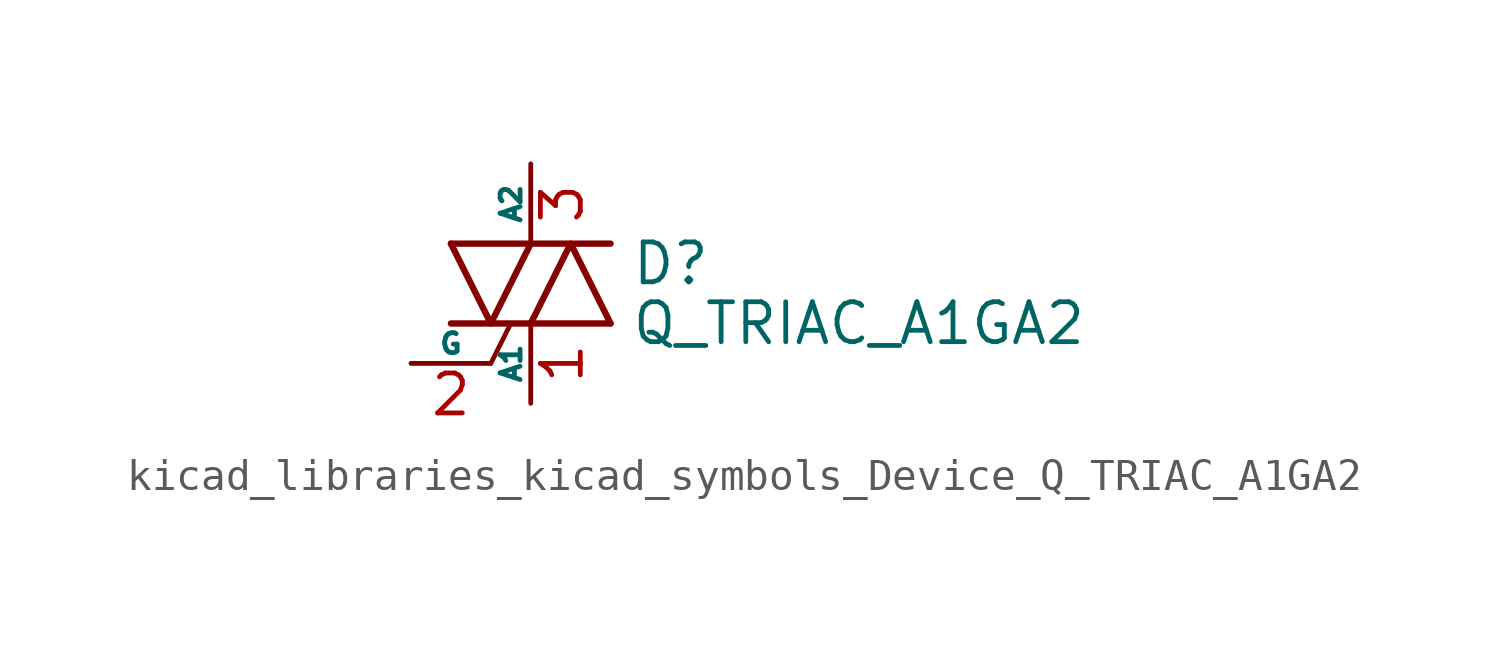
<source format=kicad_sym>
(kicad_symbol_lib
  (version 20220914)
  (generator kicad_symbol_editor)
  (symbol "kicad_libraries_kicad_symbols_Device_Q_TRIAC_A1GA2"
    (pin_names
      (offset 0))
    (property "Reference" "D"
      (at 3.175 0.635 0)
      (effects (font (size 1.27 1.27)) (justify left)))
    (property "Value" "Q_TRIAC_A1GA2"
      (at 3.175 -1.27 0)
      (effects (font (size 1.27 1.27)) (justify left)))
    (symbol "kicad_libraries_kicad_symbols_Device_Q_TRIAC_A1GA2_0_1"
      (polyline (pts (xy -2.54 -1.27) (xy 2.54 -1.27)) (stroke (width 0.203) (type default)) (fill (type none)))
      (polyline (pts (xy -2.54 1.27) (xy 2.54 1.27)) (stroke (width 0.203) (type default)) (fill (type none)))
      (polyline (pts (xy -1.27 -2.54) (xy -0.635 -1.27)) (stroke (width 0) (type default)) (fill (type none)))
      (polyline (pts (xy -2.54 1.27) (xy -1.27 -1.27) (xy 0 1.27)) (stroke (width 0.203) (type default)) (fill (type none)))
      (polyline (pts (xy 0 -1.27) (xy 1.27 1.27) (xy 2.54 -1.27)) (stroke (width 0.203) (type default)) (fill (type none))))
    (symbol "kicad_libraries_kicad_symbols_Device_Q_TRIAC_A1GA2_1_1"
      (pin passive line (at 0 -3.81 90) (length 2.54) (name "A1" (effects (font (size 0.635 0.635)))) (number "1" (effects (font (size 1.27 1.27)))))
      (pin input line (at -3.81 -2.54 0) (length 2.54) (name "G" (effects (font (size 0.635 0.635)))) (number "2" (effects (font (size 1.27 1.27)))))
      (pin passive line (at 0 3.81 270) (length 2.54) (name "A2" (effects (font (size 0.635 0.635)))) (number "3" (effects (font (size 1.27 1.27))))))))
</source>
